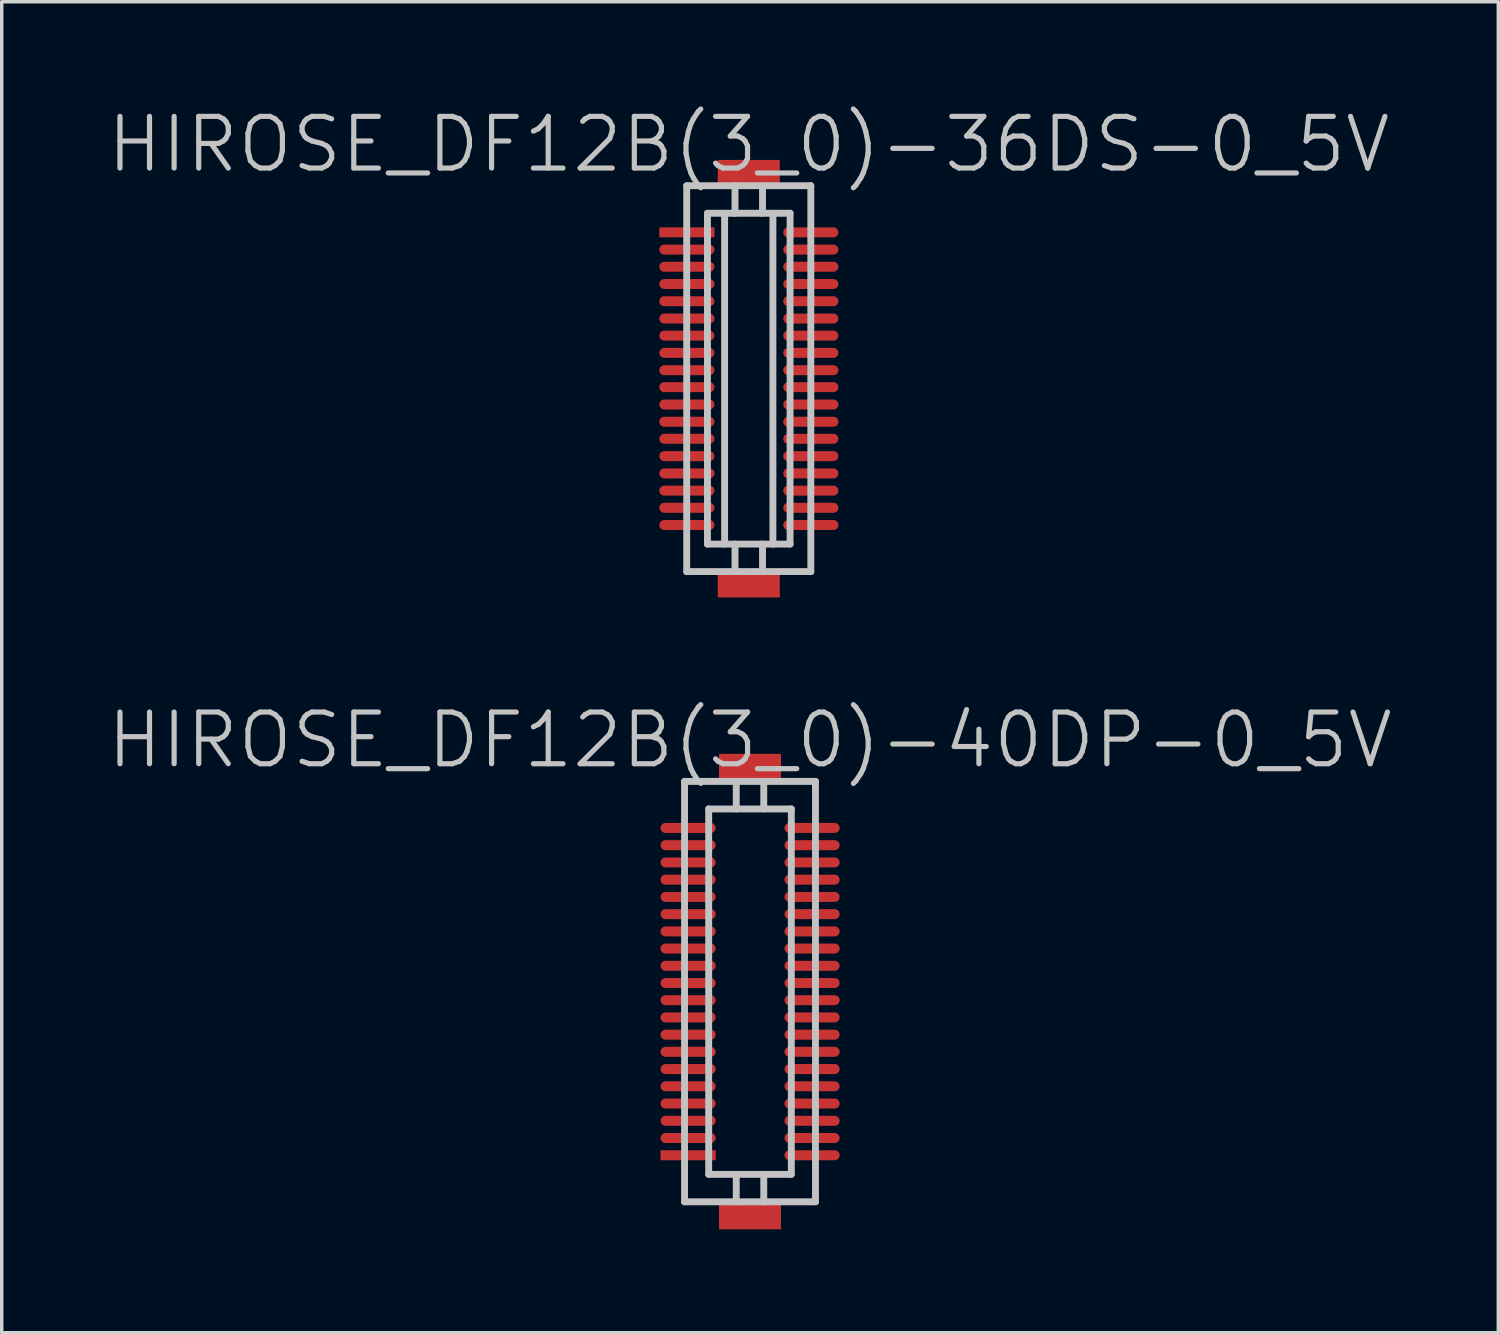
<source format=kicad_pcb>
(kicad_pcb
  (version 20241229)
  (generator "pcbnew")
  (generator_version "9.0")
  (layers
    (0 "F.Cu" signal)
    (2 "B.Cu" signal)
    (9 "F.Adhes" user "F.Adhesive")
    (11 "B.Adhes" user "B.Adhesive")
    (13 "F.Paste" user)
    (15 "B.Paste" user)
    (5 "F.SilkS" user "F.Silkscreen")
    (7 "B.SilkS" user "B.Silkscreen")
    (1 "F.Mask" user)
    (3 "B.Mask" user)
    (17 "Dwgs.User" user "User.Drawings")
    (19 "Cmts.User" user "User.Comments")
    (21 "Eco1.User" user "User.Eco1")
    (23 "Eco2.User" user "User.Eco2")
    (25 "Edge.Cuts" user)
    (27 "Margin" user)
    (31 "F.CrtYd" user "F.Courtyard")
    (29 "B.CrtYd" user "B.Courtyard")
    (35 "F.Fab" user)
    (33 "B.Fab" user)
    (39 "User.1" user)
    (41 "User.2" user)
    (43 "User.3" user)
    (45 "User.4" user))
  (footprint "HIROSE_DF12B(3_0)-40DP-0_5V"
    (layer "F.Cu")
    (at 18.718 25.73)
    (property "Reference" "HIROSE_DF12B(3_0)-40DP-0_5V" (at 0 -7.3 180) (layer "Dwgs.User") (effects (font (size 1.5 1.5) (thickness 0.15))))
    (attr smd)
    (fp_line (start -1.9 -6.101) (end -1.9 6.101) (stroke (width 0.2) (type solid)) (layer "Dwgs.User"))
    (fp_line (start -1.9 6.101) (end 1.9 6.101) (stroke (width 0.2) (type solid)) (layer "Dwgs.User"))
    (fp_line (start -1.199 -5.301) (end 1.199 -5.301) (stroke (width 0.2) (type solid)) (layer "Dwgs.User"))
    (fp_line (start -1.199 5.301) (end -1.199 -5.301) (stroke (width 0.2) (type solid)) (layer "Dwgs.User"))
    (fp_line (start -0.399 -5.301) (end -0.399 -6.101) (stroke (width 0.2) (type solid)) (layer "Dwgs.User"))
    (fp_line (start -0.399 6.104) (end -0.399 5.304) (stroke (width 0.2) (type solid)) (layer "Dwgs.User"))
    (fp_line (start 0.399 -5.301) (end 0.399 -6.101) (stroke (width 0.2) (type solid)) (layer "Dwgs.User"))
    (fp_line (start 0.399 5.304) (end 0.399 6.104) (stroke (width 0.2) (type solid)) (layer "Dwgs.User"))
    (fp_line (start 1.199 -5.301) (end 1.199 5.301) (stroke (width 0.2) (type solid)) (layer "Dwgs.User"))
    (fp_line (start 1.199 5.304) (end -1.199 5.304) (stroke (width 0.2) (type solid)) (layer "Dwgs.User"))
    (fp_line (start 1.9 -6.101) (end -1.9 -6.101) (stroke (width 0.2) (type solid)) (layer "Dwgs.User"))
    (fp_line (start 1.9 6.101) (end 1.9 -6.101) (stroke (width 0.2) (type solid)) (layer "Dwgs.User"))
    (pad "" smd rect (at 0 -6.5 270) (size 0.8 1.8) (layers "F.Cu" "F.Mask" "F.Paste"))
    (pad "" smd rect (at 0 6.5 270) (size 0.8 1.8) (layers "F.Cu" "F.Mask" "F.Paste"))
    (pad "1" smd rect (at -1.796 4.75 270) (size 0.29 1.6) (layers "F.Cu" "F.Mask" "F.Paste"))
    (pad "2" smd oval (at -1.796 4.249 270) (size 0.29 1.6) (layers "F.Cu" "F.Mask" "F.Paste"))
    (pad "3" smd oval (at -1.796 3.749 270) (size 0.29 1.6) (layers "F.Cu" "F.Mask" "F.Paste"))
    (pad "4" smd oval (at -1.796 3.249 270) (size 0.29 1.6) (layers "F.Cu" "F.Mask" "F.Paste"))
    (pad "5" smd oval (at -1.796 2.748 270) (size 0.29 1.6) (layers "F.Cu" "F.Mask" "F.Paste"))
    (pad "6" smd oval (at -1.796 2.248 270) (size 0.29 1.6) (layers "F.Cu" "F.Mask" "F.Paste"))
    (pad "7" smd oval (at -1.796 1.748 270) (size 0.29 1.6) (layers "F.Cu" "F.Mask" "F.Paste"))
    (pad "8" smd oval (at -1.796 1.25 270) (size 0.29 1.6) (layers "F.Cu" "F.Mask" "F.Paste"))
    (pad "9" smd oval (at -1.796 0.749 270) (size 0.29 1.6) (layers "F.Cu" "F.Mask" "F.Paste"))
    (pad "10" smd oval (at -1.796 0.249 270) (size 0.29 1.6) (layers "F.Cu" "F.Mask" "F.Paste"))
    (pad "11" smd oval (at -1.796 -0.249 270) (size 0.29 1.6) (layers "F.Cu" "F.Mask" "F.Paste"))
    (pad "12" smd oval (at -1.796 -0.749 270) (size 0.29 1.6) (layers "F.Cu" "F.Mask" "F.Paste"))
    (pad "13" smd oval (at -1.796 -1.25 270) (size 0.29 1.6) (layers "F.Cu" "F.Mask" "F.Paste"))
    (pad "14" smd oval (at -1.796 -1.748 270) (size 0.29 1.6) (layers "F.Cu" "F.Mask" "F.Paste"))
    (pad "15" smd oval (at -1.796 -2.248 270) (size 0.29 1.6) (layers "F.Cu" "F.Mask" "F.Paste"))
    (pad "16" smd oval (at -1.796 -2.748 270) (size 0.29 1.6) (layers "F.Cu" "F.Mask" "F.Paste"))
    (pad "17" smd oval (at -1.796 -3.249 270) (size 0.29 1.6) (layers "F.Cu" "F.Mask" "F.Paste"))
    (pad "18" smd oval (at -1.796 -3.749 270) (size 0.29 1.6) (layers "F.Cu" "F.Mask" "F.Paste"))
    (pad "19" smd oval (at -1.796 -4.249 270) (size 0.29 1.6) (layers "F.Cu" "F.Mask" "F.Paste"))
    (pad "20" smd oval (at -1.796 -4.75 270) (size 0.29 1.6) (layers "F.Cu" "F.Mask" "F.Paste"))
    (pad "21" smd oval (at 1.801 -4.75 270) (size 0.29 1.6) (layers "F.Cu" "F.Mask" "F.Paste"))
    (pad "22" smd oval (at 1.801 -4.249 270) (size 0.29 1.6) (layers "F.Cu" "F.Mask" "F.Paste"))
    (pad "23" smd oval (at 1.801 -3.749 270) (size 0.29 1.6) (layers "F.Cu" "F.Mask" "F.Paste"))
    (pad "24" smd oval (at 1.801 -3.249 270) (size 0.29 1.6) (layers "F.Cu" "F.Mask" "F.Paste"))
    (pad "25" smd oval (at 1.801 -2.748 270) (size 0.29 1.6) (layers "F.Cu" "F.Mask" "F.Paste"))
    (pad "26" smd oval (at 1.801 -2.248 270) (size 0.29 1.6) (layers "F.Cu" "F.Mask" "F.Paste"))
    (pad "27" smd oval (at 1.801 -1.748 270) (size 0.29 1.6) (layers "F.Cu" "F.Mask" "F.Paste"))
    (pad "28" smd oval (at 1.801 -1.25 270) (size 0.29 1.6) (layers "F.Cu" "F.Mask" "F.Paste"))
    (pad "29" smd oval (at 1.801 -0.749 270) (size 0.29 1.6) (layers "F.Cu" "F.Mask" "F.Paste"))
    (pad "30" smd oval (at 1.801 -0.249 270) (size 0.29 1.6) (layers "F.Cu" "F.Mask" "F.Paste"))
    (pad "31" smd oval (at 1.801 0.249 270) (size 0.29 1.6) (layers "F.Cu" "F.Mask" "F.Paste"))
    (pad "32" smd oval (at 1.801 0.749 270) (size 0.29 1.6) (layers "F.Cu" "F.Mask" "F.Paste"))
    (pad "33" smd oval (at 1.801 1.25 270) (size 0.29 1.6) (layers "F.Cu" "F.Mask" "F.Paste"))
    (pad "34" smd oval (at 1.801 1.748 270) (size 0.29 1.6) (layers "F.Cu" "F.Mask" "F.Paste"))
    (pad "35" smd oval (at 1.801 2.248 270) (size 0.29 1.6) (layers "F.Cu" "F.Mask" "F.Paste"))
    (pad "36" smd oval (at 1.801 2.748 270) (size 0.29 1.6) (layers "F.Cu" "F.Mask" "F.Paste"))
    (pad "37" smd oval (at 1.801 3.249 270) (size 0.29 1.6) (layers "F.Cu" "F.Mask" "F.Paste"))
    (pad "38" smd oval (at 1.801 3.749 270) (size 0.29 1.6) (layers "F.Cu" "F.Mask" "F.Paste"))
    (pad "39" smd oval (at 1.801 4.249 270) (size 0.29 1.6) (layers "F.Cu" "F.Mask" "F.Paste"))
    (pad "40" smd oval (at 1.801 4.75 270) (size 0.29 1.6) (layers "F.Cu" "F.Mask" "F.Paste")))
  (footprint "HIROSE_DF12B(3_0)-36DS-0_5V"
    (layer "F.Cu")
    (at 18.682 7.941)
    (property "Reference" "HIROSE_DF12B(3_0)-36DS-0_5V" (at 0 -6.8 180) (layer "Dwgs.User") (effects (font (size 1.5 1.5) (thickness 0.15))))
    (attr smd)
    (fp_line (start -1.801 -5.601) (end -1.801 5.601) (stroke (width 0.2) (type solid)) (layer "Dwgs.User"))
    (fp_line (start -1.801 -5.601) (end 1.801 -5.601) (stroke (width 0.2) (type solid)) (layer "Dwgs.User"))
    (fp_line (start -1.199 -4.801) (end -1.199 4.801) (stroke (width 0.2) (type solid)) (layer "Dwgs.User"))
    (fp_line (start -1.199 -4.801) (end 1.199 -4.801) (stroke (width 0.2) (type solid)) (layer "Dwgs.User"))
    (fp_line (start -0.701 -4.801) (end -0.701 4.801) (stroke (width 0.2) (type solid)) (layer "Dwgs.User"))
    (fp_line (start -0.399 -4.801) (end -0.399 -5.601) (stroke (width 0.2) (type solid)) (layer "Dwgs.User"))
    (fp_line (start -0.399 5.601) (end -0.399 4.801) (stroke (width 0.2) (type solid)) (layer "Dwgs.User"))
    (fp_line (start 0.399 -4.801) (end 0.399 -5.601) (stroke (width 0.2) (type solid)) (layer "Dwgs.User"))
    (fp_line (start 0.399 4.801) (end 0.399 5.601) (stroke (width 0.2) (type solid)) (layer "Dwgs.User"))
    (fp_line (start 0.701 -4.801) (end 0.701 4.801) (stroke (width 0.2) (type solid)) (layer "Dwgs.User"))
    (fp_line (start 1.199 -4.801) (end 1.199 4.801) (stroke (width 0.2) (type solid)) (layer "Dwgs.User"))
    (fp_line (start 1.199 4.801) (end -1.199 4.801) (stroke (width 0.2) (type solid)) (layer "Dwgs.User"))
    (fp_line (start 1.801 -5.601) (end 1.801 5.601) (stroke (width 0.2) (type solid)) (layer "Dwgs.User"))
    (fp_line (start 1.801 5.598) (end -1.801 5.598) (stroke (width 0.2) (type solid)) (layer "Dwgs.User"))
    (pad "" smd rect (at 0 -5.949 270) (size 0.8 1.8) (layers "F.Cu" "F.Mask" "F.Paste"))
    (pad "" smd rect (at 0 5.949 270) (size 0.8 1.8) (layers "F.Cu" "F.Mask" "F.Paste"))
    (pad "1" smd rect (at -1.796 -4.247 270) (size 0.29 1.6) (layers "F.Cu" "F.Mask" "F.Paste"))
    (pad "2" smd oval (at -1.796 -3.747 270) (size 0.29 1.6) (layers "F.Cu" "F.Mask" "F.Paste"))
    (pad "3" smd oval (at -1.796 -3.249 270) (size 0.29 1.6) (layers "F.Cu" "F.Mask" "F.Paste"))
    (pad "4" smd oval (at -1.796 -2.748 270) (size 0.29 1.6) (layers "F.Cu" "F.Mask" "F.Paste"))
    (pad "5" smd oval (at -1.796 -2.248 270) (size 0.29 1.6) (layers "F.Cu" "F.Mask" "F.Paste"))
    (pad "6" smd oval (at -1.796 -1.745 270) (size 0.29 1.6) (layers "F.Cu" "F.Mask" "F.Paste"))
    (pad "7" smd oval (at -1.796 -1.25 270) (size 0.29 1.6) (layers "F.Cu" "F.Mask" "F.Paste"))
    (pad "8" smd oval (at -1.796 -0.749 270) (size 0.29 1.6) (layers "F.Cu" "F.Mask" "F.Paste"))
    (pad "9" smd oval (at -1.796 -0.246 270) (size 0.29 1.6) (layers "F.Cu" "F.Mask" "F.Paste"))
    (pad "10" smd oval (at -1.796 0.246 270) (size 0.29 1.6) (layers "F.Cu" "F.Mask" "F.Paste"))
    (pad "11" smd oval (at -1.796 0.749 270) (size 0.29 1.6) (layers "F.Cu" "F.Mask" "F.Paste"))
    (pad "12" smd oval (at -1.796 1.25 270) (size 0.29 1.6) (layers "F.Cu" "F.Mask" "F.Paste"))
    (pad "13" smd oval (at -1.796 1.745 270) (size 0.29 1.6) (layers "F.Cu" "F.Mask" "F.Paste"))
    (pad "14" smd oval (at -1.796 2.248 270) (size 0.29 1.6) (layers "F.Cu" "F.Mask" "F.Paste"))
    (pad "15" smd oval (at -1.796 2.748 270) (size 0.29 1.6) (layers "F.Cu" "F.Mask" "F.Paste"))
    (pad "16" smd oval (at -1.796 3.249 270) (size 0.29 1.6) (layers "F.Cu" "F.Mask" "F.Paste"))
    (pad "17" smd oval (at -1.796 3.747 270) (size 0.29 1.6) (layers "F.Cu" "F.Mask" "F.Paste"))
    (pad "18" smd oval (at -1.796 4.247 270) (size 0.29 1.6) (layers "F.Cu" "F.Mask" "F.Paste"))
    (pad "19" smd oval (at 1.801 4.247 270) (size 0.29 1.6) (layers "F.Cu" "F.Mask" "F.Paste"))
    (pad "20" smd oval (at 1.801 3.747 270) (size 0.29 1.6) (layers "F.Cu" "F.Mask" "F.Paste"))
    (pad "21" smd oval (at 1.801 3.249 270) (size 0.29 1.6) (layers "F.Cu" "F.Mask" "F.Paste"))
    (pad "22" smd oval (at 1.801 2.748 270) (size 0.29 1.6) (layers "F.Cu" "F.Mask" "F.Paste"))
    (pad "23" smd oval (at 1.801 2.248 270) (size 0.29 1.6) (layers "F.Cu" "F.Mask" "F.Paste"))
    (pad "24" smd oval (at 1.801 1.745 270) (size 0.29 1.6) (layers "F.Cu" "F.Mask" "F.Paste"))
    (pad "25" smd oval (at 1.801 1.25 270) (size 0.29 1.6) (layers "F.Cu" "F.Mask" "F.Paste"))
    (pad "26" smd oval (at 1.801 0.749 270) (size 0.29 1.6) (layers "F.Cu" "F.Mask" "F.Paste"))
    (pad "27" smd oval (at 1.801 0.246 270) (size 0.29 1.6) (layers "F.Cu" "F.Mask" "F.Paste"))
    (pad "28" smd oval (at 1.801 -0.246 270) (size 0.29 1.6) (layers "F.Cu" "F.Mask" "F.Paste"))
    (pad "29" smd oval (at 1.801 -0.749 270) (size 0.29 1.6) (layers "F.Cu" "F.Mask" "F.Paste"))
    (pad "30" smd oval (at 1.801 -1.25 270) (size 0.29 1.6) (layers "F.Cu" "F.Mask" "F.Paste"))
    (pad "31" smd oval (at 1.801 -1.745 270) (size 0.29 1.6) (layers "F.Cu" "F.Mask" "F.Paste"))
    (pad "32" smd oval (at 1.801 -2.248 270) (size 0.29 1.6) (layers "F.Cu" "F.Mask" "F.Paste"))
    (pad "33" smd oval (at 1.801 -2.748 270) (size 0.29 1.6) (layers "F.Cu" "F.Mask" "F.Paste"))
    (pad "34" smd oval (at 1.801 -3.249 270) (size 0.29 1.6) (layers "F.Cu" "F.Mask" "F.Paste"))
    (pad "35" smd oval (at 1.801 -3.747 270) (size 0.29 1.6) (layers "F.Cu" "F.Mask" "F.Paste"))
    (pad "36" smd oval (at 1.801 -4.247 270) (size 0.29 1.6) (layers "F.Cu" "F.Mask" "F.Paste")))
  (gr_rect
    (start -3 -3)
    (end 40.436 35.63)
    (stroke (width 0.1) (type default))
    (fill no)
    (layer "Edge.Cuts")))
</source>
